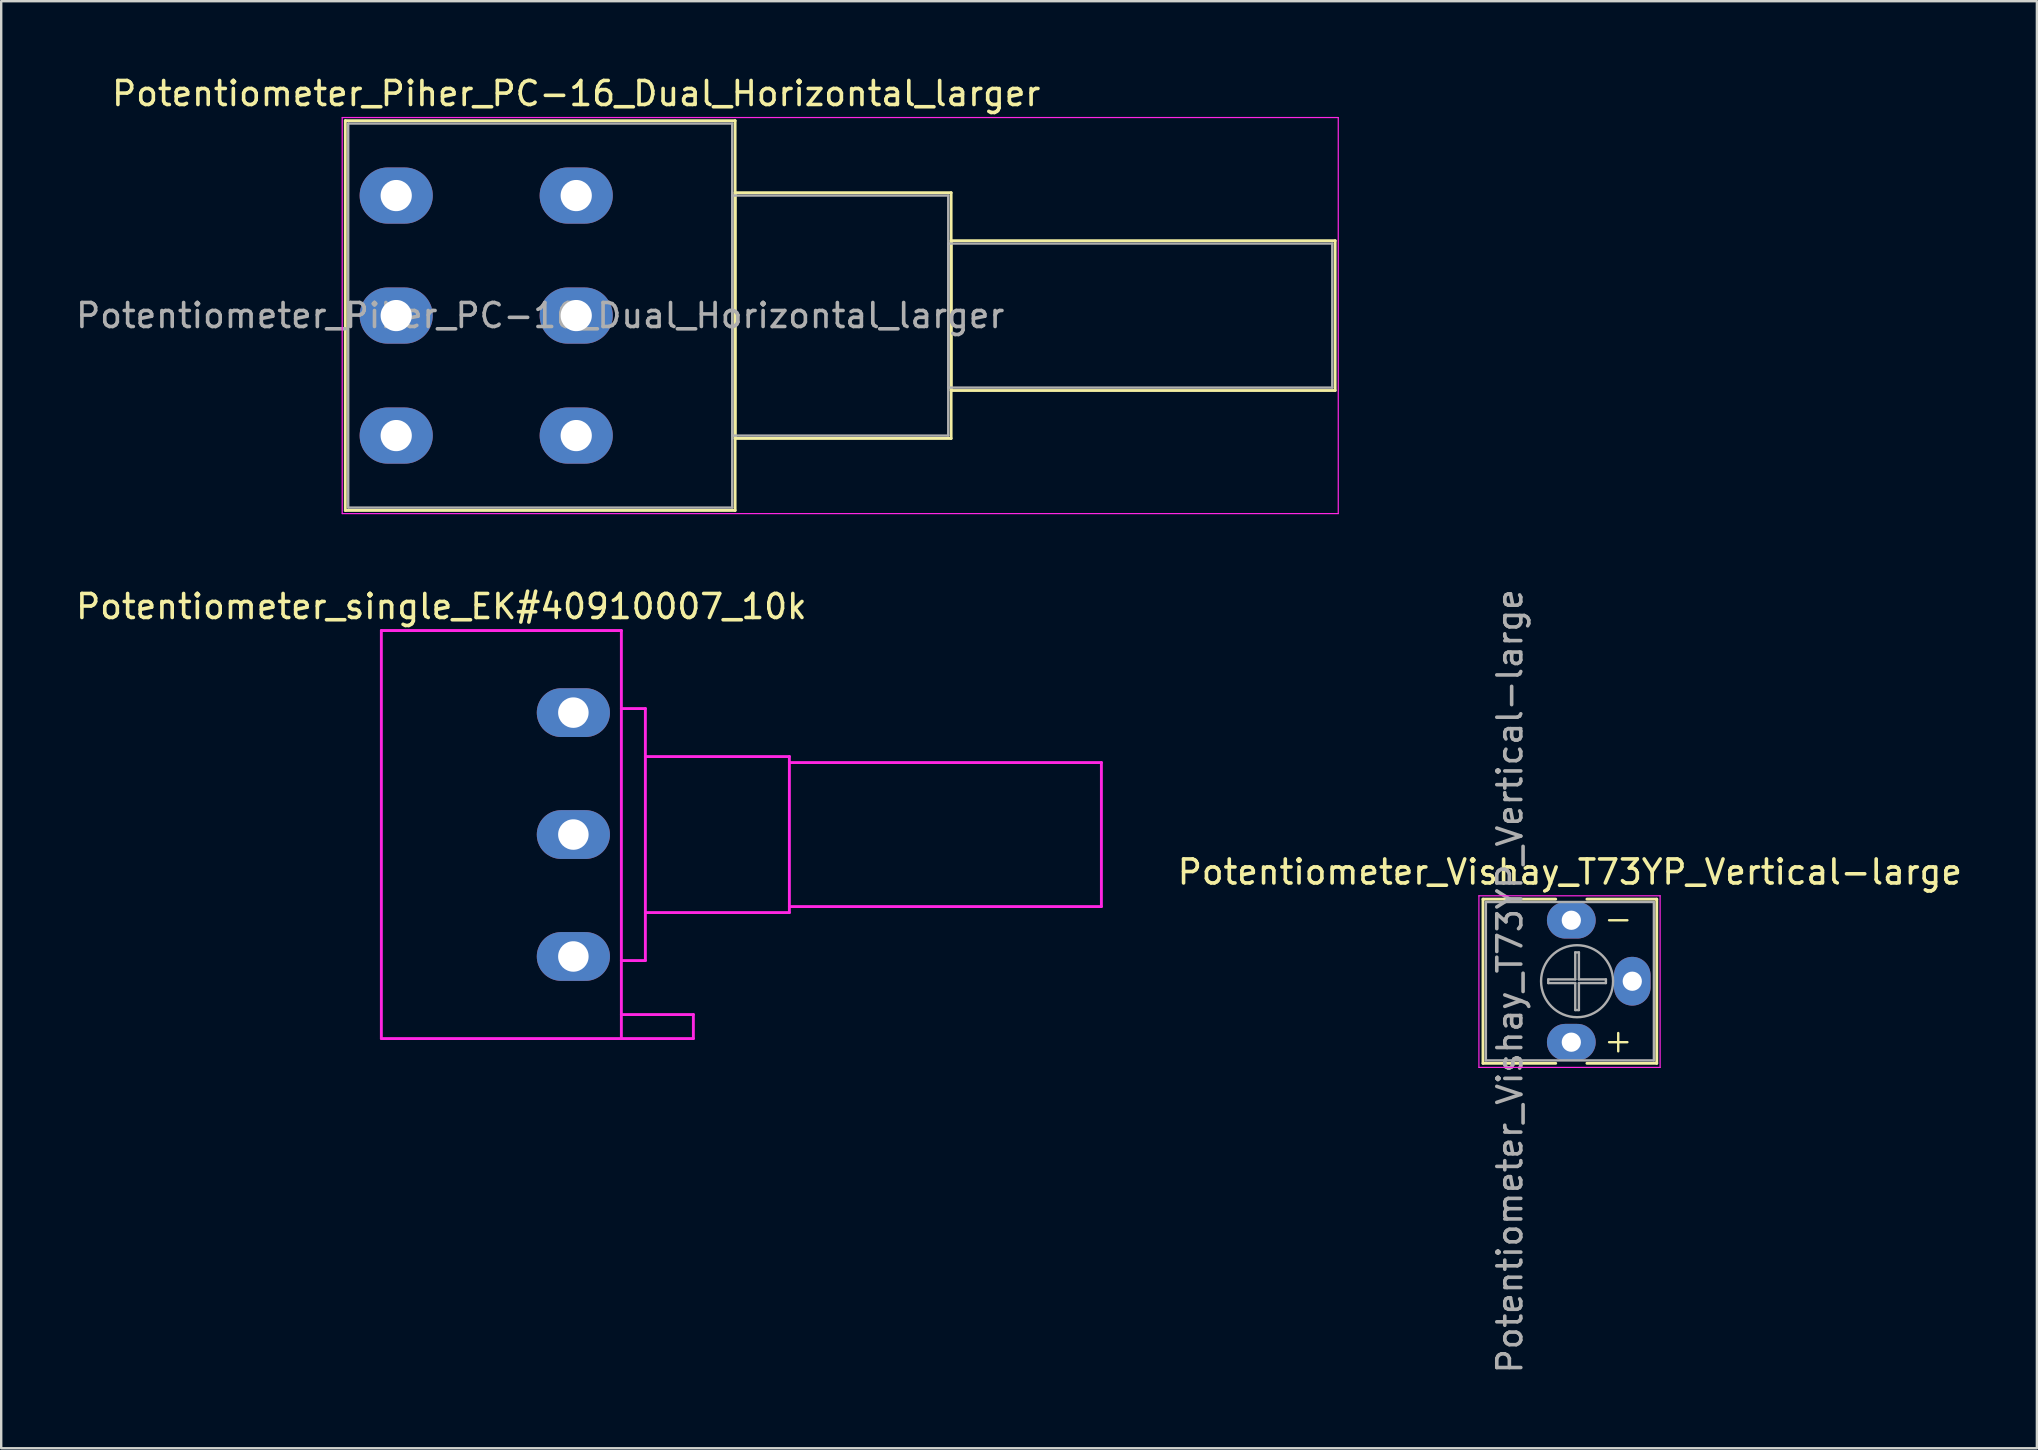
<source format=kicad_pcb>
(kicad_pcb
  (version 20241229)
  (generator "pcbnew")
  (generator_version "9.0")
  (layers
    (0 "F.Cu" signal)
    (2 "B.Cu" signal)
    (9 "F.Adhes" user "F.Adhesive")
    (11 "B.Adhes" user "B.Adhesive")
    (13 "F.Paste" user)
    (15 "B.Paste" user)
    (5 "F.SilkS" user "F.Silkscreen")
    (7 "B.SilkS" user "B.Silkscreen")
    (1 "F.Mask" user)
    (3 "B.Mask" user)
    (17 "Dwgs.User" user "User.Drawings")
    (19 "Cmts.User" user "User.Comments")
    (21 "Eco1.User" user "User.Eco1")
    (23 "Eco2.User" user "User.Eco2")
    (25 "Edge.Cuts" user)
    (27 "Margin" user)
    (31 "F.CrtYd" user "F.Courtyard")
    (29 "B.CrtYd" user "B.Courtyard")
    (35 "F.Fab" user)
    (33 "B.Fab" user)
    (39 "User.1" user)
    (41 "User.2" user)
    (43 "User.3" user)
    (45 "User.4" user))
  (footprint "Potentiometer_single_EK#40910007_10k"
    (layer "F.Cu")
    (at 20.839 36.801)
    (property "Reference" "Potentiometer_single_EK#40910007_10k" (at -5.5 -14.58 0) (layer "F.SilkS") (effects (font (size 1 1) (thickness 0.15))))
    (attr through_hole)
    (fp_line (start -8 -13.58) (end 2 -13.58) (stroke (width 0.12) (type solid)) (layer "F.CrtYd"))
    (fp_line (start -8 3.42) (end -8 -13.58) (stroke (width 0.12) (type solid)) (layer "F.CrtYd"))
    (fp_line (start 2 -13.58) (end 2 3.42) (stroke (width 0.12) (type solid)) (layer "F.CrtYd"))
    (fp_line (start 2 -10.33) (end 3 -10.33) (stroke (width 0.12) (type solid)) (layer "F.CrtYd"))
    (fp_line (start 2 3.42) (end -8 3.42) (stroke (width 0.12) (type solid)) (layer "F.CrtYd"))
    (fp_line (start 2 3.42) (end 5 3.42) (stroke (width 0.12) (type solid)) (layer "F.CrtYd"))
    (fp_line (start 3 -10.33) (end 3 0.17) (stroke (width 0.12) (type solid)) (layer "F.CrtYd"))
    (fp_line (start 3 -8.33) (end 9 -8.33) (stroke (width 0.12) (type solid)) (layer "F.CrtYd"))
    (fp_line (start 3 0.17) (end 2 0.17) (stroke (width 0.12) (type solid)) (layer "F.CrtYd"))
    (fp_line (start 5 2.42) (end 2 2.42) (stroke (width 0.12) (type solid)) (layer "F.CrtYd"))
    (fp_line (start 5 3.42) (end 5 2.42) (stroke (width 0.12) (type solid)) (layer "F.CrtYd"))
    (fp_line (start 9 -8.33) (end 9 -1.83) (stroke (width 0.12) (type solid)) (layer "F.CrtYd"))
    (fp_line (start 9 -8.08) (end 22 -8.08) (stroke (width 0.12) (type solid)) (layer "F.CrtYd"))
    (fp_line (start 9 -1.83) (end 3 -1.83) (stroke (width 0.12) (type solid)) (layer "F.CrtYd"))
    (fp_line (start 22 -8.08) (end 22 -2.08) (stroke (width 0.12) (type solid)) (layer "F.CrtYd"))
    (fp_line (start 22 -2.08) (end 9 -2.08) (stroke (width 0.12) (type solid)) (layer "F.CrtYd"))
    (pad "1" thru_hole oval (at 0 0) (size 3.048 2.032) (drill 1.27) (layers "*.Cu" "*.Mask"))
    (pad "2" thru_hole oval (at 0 -5.08) (size 3.048 2.032) (drill 1.27) (layers "*.Cu" "*.Mask"))
    (pad "3" thru_hole oval (at 0 -10.16) (size 3.048 2.032) (drill 1.27) (layers "*.Cu" "*.Mask")))
  (footprint "Potentiometer_Vishay_T73YP_Vertical-large"
    (layer "F.Cu")
    (at 62.418 40.372)
    (property "Reference" "Potentiometer_Vishay_T73YP_Vertical-large" (at -0.06 -7.09 0) (layer "F.SilkS") (effects (font (size 1 1) (thickness 0.15))))
    (attr through_hole)
    (fp_line (start -3.68 -5.96) (end -3.68 0.88) (stroke (width 0.12) (type solid)) (layer "F.SilkS"))
    (fp_line (start -3.68 -5.96) (end -0.65 -5.96) (stroke (width 0.12) (type solid)) (layer "F.SilkS"))
    (fp_line (start -3.68 0.88) (end -0.65 0.88) (stroke (width 0.12) (type solid)) (layer "F.SilkS"))
    (fp_line (start 0.65 -5.96) (end 3.56 -5.96) (stroke (width 0.12) (type solid)) (layer "F.SilkS"))
    (fp_line (start 0.65 0.88) (end 3.56 0.88) (stroke (width 0.12) (type solid)) (layer "F.SilkS"))
    (fp_line (start 3.56 -5.96) (end 3.56 0.88) (stroke (width 0.12) (type solid)) (layer "F.SilkS"))
    (fp_line (start -3.85 -6.1) (end -3.85 1.05) (stroke (width 0.05) (type solid)) (layer "F.CrtYd"))
    (fp_line (start -3.85 1.05) (end 3.7 1.05) (stroke (width 0.05) (type solid)) (layer "F.CrtYd"))
    (fp_line (start 3.7 -6.1) (end -3.85 -6.1) (stroke (width 0.05) (type solid)) (layer "F.CrtYd"))
    (fp_line (start 3.7 1.05) (end 3.7 -6.1) (stroke (width 0.05) (type solid)) (layer "F.CrtYd"))
    (fp_line (start -3.56 -5.84) (end -3.56 0.76) (stroke (width 0.1) (type solid)) (layer "F.Fab"))
    (fp_line (start -3.56 0.76) (end 3.44 0.76) (stroke (width 0.1) (type solid)) (layer "F.Fab"))
    (fp_line (start -0.961 -2.616) (end 0.164 -2.616) (stroke (width 0.1) (type solid)) (layer "F.Fab"))
    (fp_line (start -0.961 -2.464) (end -0.961 -2.616) (stroke (width 0.1) (type solid)) (layer "F.Fab"))
    (fp_line (start 0.164 -3.741) (end 0.316 -3.741) (stroke (width 0.1) (type solid)) (layer "F.Fab"))
    (fp_line (start 0.164 -2.616) (end 0.164 -3.741) (stroke (width 0.1) (type solid)) (layer "F.Fab"))
    (fp_line (start 0.164 -2.464) (end -0.961 -2.464) (stroke (width 0.1) (type solid)) (layer "F.Fab"))
    (fp_line (start 0.164 -1.339) (end 0.164 -2.464) (stroke (width 0.1) (type solid)) (layer "F.Fab"))
    (fp_line (start 0.316 -3.741) (end 0.316 -2.616) (stroke (width 0.1) (type solid)) (layer "F.Fab"))
    (fp_line (start 0.316 -2.616) (end 1.441 -2.616) (stroke (width 0.1) (type solid)) (layer "F.Fab"))
    (fp_line (start 0.316 -2.464) (end 0.316 -1.339) (stroke (width 0.1) (type solid)) (layer "F.Fab"))
    (fp_line (start 0.316 -1.339) (end 0.164 -1.339) (stroke (width 0.1) (type solid)) (layer "F.Fab"))
    (fp_line (start 1.441 -2.616) (end 1.441 -2.464) (stroke (width 0.1) (type solid)) (layer "F.Fab"))
    (fp_line (start 1.441 -2.464) (end 0.316 -2.464) (stroke (width 0.1) (type solid)) (layer "F.Fab"))
    (fp_line (start 3.44 -5.84) (end -3.56 -5.84) (stroke (width 0.1) (type solid)) (layer "F.Fab"))
    (fp_line (start 3.44 0.76) (end 3.44 -5.84) (stroke (width 0.1) (type solid)) (layer "F.Fab"))
    (fp_circle (center 0.24 -2.54) (end 1.74 -2.54) (stroke (width 0.1) (type solid)) (fill no) (layer "F.Fab"))
    (fp_text user "-" (at 1.27 -4.572 0) (unlocked yes) (layer "F.SilkS") (effects (font (size 1 1) (thickness 0.1)) (justify left bottom)))
    (fp_text user "+" (at 1.27 0.508 0) (unlocked yes) (layer "F.SilkS") (effects (font (size 1 1) (thickness 0.1)) (justify left bottom)))
    (fp_text user "${REFERENCE}" (at -2.56 -2.54 90) (layer "F.Fab") (effects (font (size 1 1) (thickness 0.15))))
    (pad "1" thru_hole oval (at 0 0) (size 2.032 1.524) (drill 0.8) (layers "*.Cu" "*.Mask"))
    (pad "2" thru_hole oval (at 2.54 -2.54) (size 1.524 2.032) (drill 0.8) (layers "*.Cu" "*.Mask"))
    (pad "3" thru_hole oval (at 0 -5.08) (size 2.032 1.524) (drill 0.8) (layers "*.Cu" "*.Mask")))
  (footprint "Potentiometer_Piher_PC-16_Dual_Horizontal_larger"
    (layer "F.Cu")
    (at 20.958 15.098)
    (property "Reference" "Potentiometer_Piher_PC-16_Dual_Horizontal_larger" (at 0 -14.25 0) (layer "F.SilkS") (effects (font (size 1 1) (thickness 0.15))))
    (attr through_hole)
    (fp_line (start -9.62 -13.12) (end -9.62 3.12) (stroke (width 0.12) (type solid)) (layer "F.SilkS"))
    (fp_line (start -9.62 -13.12) (end 6.62 -13.12) (stroke (width 0.12) (type solid)) (layer "F.SilkS"))
    (fp_line (start -9.62 3.12) (end 6.62 3.12) (stroke (width 0.12) (type solid)) (layer "F.SilkS"))
    (fp_line (start 6.62 -13.12) (end 6.62 3.12) (stroke (width 0.12) (type solid)) (layer "F.SilkS"))
    (fp_line (start 6.62 -10.12) (end 6.62 0.12) (stroke (width 0.12) (type solid)) (layer "F.SilkS"))
    (fp_line (start 6.62 -10.12) (end 15.62 -10.12) (stroke (width 0.12) (type solid)) (layer "F.SilkS"))
    (fp_line (start 6.62 0.12) (end 15.62 0.12) (stroke (width 0.12) (type solid)) (layer "F.SilkS"))
    (fp_line (start 15.62 -10.12) (end 15.62 0.12) (stroke (width 0.12) (type solid)) (layer "F.SilkS"))
    (fp_line (start 15.62 -8.12) (end 15.62 -1.879) (stroke (width 0.12) (type solid)) (layer "F.SilkS"))
    (fp_line (start 15.62 -8.12) (end 31.62 -8.12) (stroke (width 0.12) (type solid)) (layer "F.SilkS"))
    (fp_line (start 15.62 -1.879) (end 31.62 -1.879) (stroke (width 0.12) (type solid)) (layer "F.SilkS"))
    (fp_line (start 31.62 -8.12) (end 31.62 -1.879) (stroke (width 0.12) (type solid)) (layer "F.SilkS"))
    (fp_line (start -9.75 -13.25) (end -9.75 3.25) (stroke (width 0.05) (type solid)) (layer "F.CrtYd"))
    (fp_line (start -9.75 3.25) (end 31.75 3.25) (stroke (width 0.05) (type solid)) (layer "F.CrtYd"))
    (fp_line (start 31.75 -13.25) (end -9.75 -13.25) (stroke (width 0.05) (type solid)) (layer "F.CrtYd"))
    (fp_line (start 31.75 3.25) (end 31.75 -13.25) (stroke (width 0.05) (type solid)) (layer "F.CrtYd"))
    (fp_line (start -9.5 -13) (end -9.5 3) (stroke (width 0.1) (type solid)) (layer "F.Fab"))
    (fp_line (start -9.5 3) (end 6.5 3) (stroke (width 0.1) (type solid)) (layer "F.Fab"))
    (fp_line (start 6.5 -13) (end -9.5 -13) (stroke (width 0.1) (type solid)) (layer "F.Fab"))
    (fp_line (start 6.5 -10) (end 6.5 0) (stroke (width 0.1) (type solid)) (layer "F.Fab"))
    (fp_line (start 6.5 0) (end 15.5 0) (stroke (width 0.1) (type solid)) (layer "F.Fab"))
    (fp_line (start 6.5 3) (end 6.5 -13) (stroke (width 0.1) (type solid)) (layer "F.Fab"))
    (fp_line (start 15.5 -10) (end 6.5 -10) (stroke (width 0.1) (type solid)) (layer "F.Fab"))
    (fp_line (start 15.5 -8) (end 15.5 -2) (stroke (width 0.1) (type solid)) (layer "F.Fab"))
    (fp_line (start 15.5 -2) (end 31.5 -2) (stroke (width 0.1) (type solid)) (layer "F.Fab"))
    (fp_line (start 15.5 0) (end 15.5 -10) (stroke (width 0.1) (type solid)) (layer "F.Fab"))
    (fp_line (start 31.5 -8) (end 15.5 -8) (stroke (width 0.1) (type solid)) (layer "F.Fab"))
    (fp_line (start 31.5 -2) (end 31.5 -8) (stroke (width 0.1) (type solid)) (layer "F.Fab"))
    (fp_text user "${REFERENCE}" (at -1.5 -5 0) (layer "F.Fab") (effects (font (size 1 1) (thickness 0.15))))
    (pad "1" thru_hole oval (at 0 0) (size 3.048 2.34) (drill 1.3) (layers "*.Cu" "*.Mask"))
    (pad "2" thru_hole oval (at 0 -5) (size 3.048 2.34) (drill 1.3) (layers "*.Cu" "*.Mask"))
    (pad "3" thru_hole oval (at 0 -10) (size 3.048 2.34) (drill 1.3) (layers "*.Cu" "*.Mask"))
    (pad "4" thru_hole oval (at -7.5 0) (size 3.048 2.34) (drill 1.3) (layers "*.Cu" "*.Mask"))
    (pad "5" thru_hole oval (at -7.5 -5) (size 3.048 2.34) (drill 1.3) (layers "*.Cu" "*.Mask"))
    (pad "6" thru_hole oval (at -7.5 -10) (size 3.048 2.34) (drill 1.3) (layers "*.Cu" "*.Mask")))
  (gr_rect
    (start -3 -3)
    (end 81.816 57.29)
    (stroke (width 0.1) (type default))
    (fill no)
    (layer "Edge.Cuts")))
</source>
